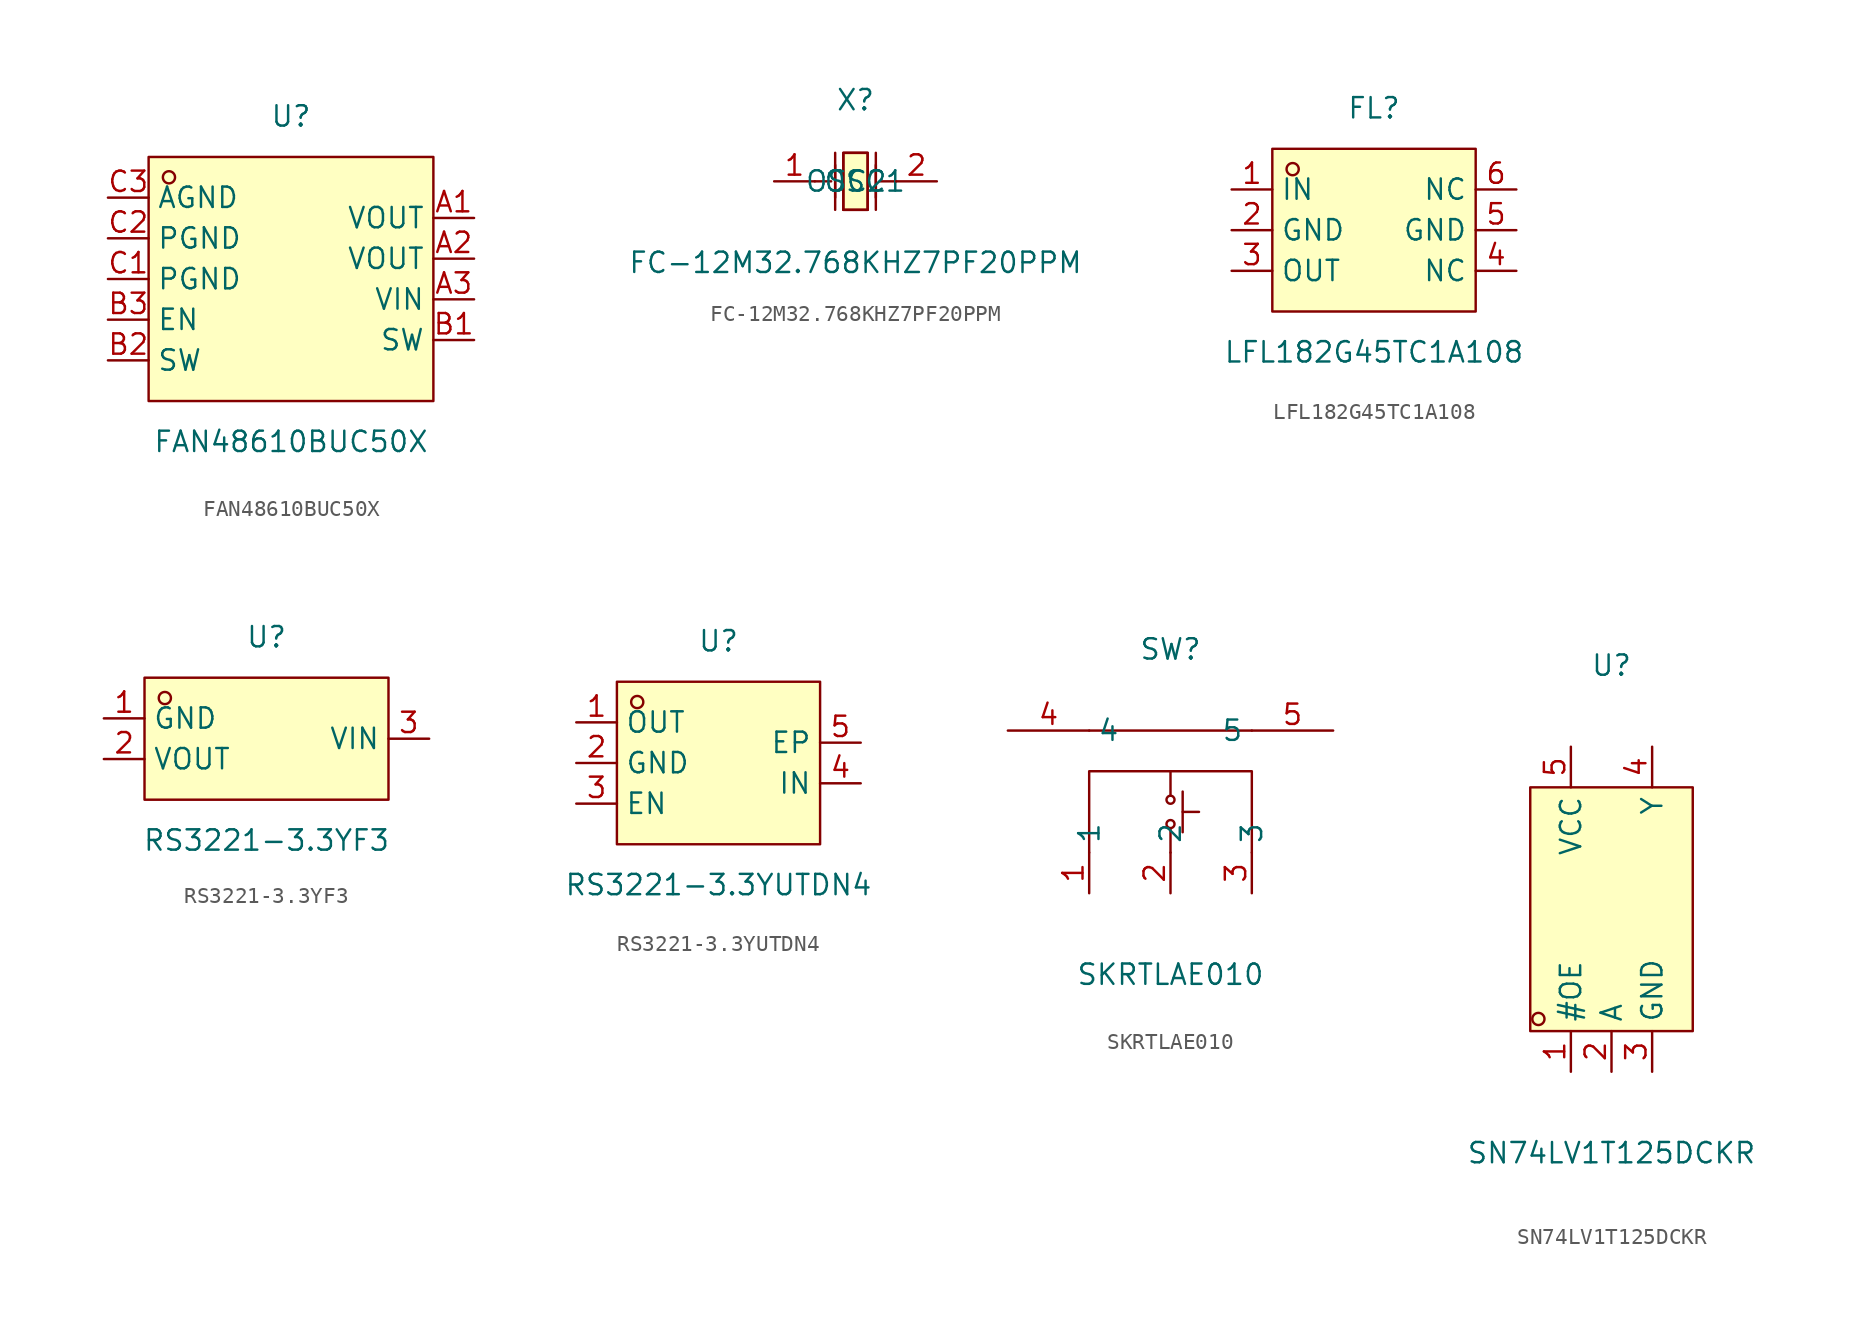
<source format=kicad_sym>
(kicad_symbol_lib
  (version 20211014)
  (generator https://github.com/uPesy/easyeda2kicad.py)
  (symbol "FAN48610BUC50X"
    (property "Reference" "U"
      (at 0 10.16 0)
      (effects (font (size 1.27 1.27))))
    (property "Value" "FAN48610BUC50X"
      (at 0 -10.16 0)
      (effects (font (size 1.27 1.27))))
    (symbol "FAN48610BUC50X_0_1"
      (rectangle (start -8.89 7.62) (end 8.89 -7.62) (stroke (width 0) (type default) (color 0 0 0 0)) (fill (type background)))
      (circle (center -7.62 6.35) (radius 0.38) (stroke (width 0) (type default) (color 0 0 0 0)) (fill (type none)))
      (pin unspecified line (at -11.43 5.08 0) (length 2.54) (name "AGND" (effects (font (size 1.27 1.27)))) (number "C3" (effects (font (size 1.27 1.27)))))
      (pin unspecified line (at -11.43 2.54 0) (length 2.54) (name "PGND" (effects (font (size 1.27 1.27)))) (number "C2" (effects (font (size 1.27 1.27)))))
      (pin unspecified line (at -11.43 -0.00 0) (length 2.54) (name "PGND" (effects (font (size 1.27 1.27)))) (number "C1" (effects (font (size 1.27 1.27)))))
      (pin unspecified line (at -11.43 -2.54 0) (length 2.54) (name "EN" (effects (font (size 1.27 1.27)))) (number "B3" (effects (font (size 1.27 1.27)))))
      (pin unspecified line (at -11.43 -5.08 0) (length 2.54) (name "SW" (effects (font (size 1.27 1.27)))) (number "B2" (effects (font (size 1.27 1.27)))))
      (pin unspecified line (at 11.43 -3.81 180) (length 2.54) (name "SW" (effects (font (size 1.27 1.27)))) (number "B1" (effects (font (size 1.27 1.27)))))
      (pin unspecified line (at 11.43 -1.27 180) (length 2.54) (name "VIN" (effects (font (size 1.27 1.27)))) (number "A3" (effects (font (size 1.27 1.27)))))
      (pin unspecified line (at 11.43 1.27 180) (length 2.54) (name "VOUT" (effects (font (size 1.27 1.27)))) (number "A2" (effects (font (size 1.27 1.27)))))
      (pin unspecified line (at 11.43 3.81 180) (length 2.54) (name "VOUT" (effects (font (size 1.27 1.27)))) (number "A1" (effects (font (size 1.27 1.27)))))))
  (symbol "FC-12M32.768KHZ7PF20PPM"
    (property "Reference" "X"
      (at 0 5.08 0)
      (effects (font (size 1.27 1.27))))
    (property "Value" "FC-12M32.768KHZ7PF20PPM"
      (at 0 -5.08 0)
      (effects (font (size 1.27 1.27))))
    (symbol "FC-12M32.768KHZ7PF20PPM_0_1"
      (polyline (pts (xy -1.27 -1.02) (xy -1.27 1.02)) (stroke (width 0) (type default) (color 0 0 0 0)) (fill (type none)))
      (polyline (pts (xy 0.76 -1.78) (xy -0.76 -1.78)) (stroke (width 0) (type default) (color 0 0 0 0)) (fill (type none)))
      (polyline (pts (xy 1.27 -1.02) (xy 1.27 1.02)) (stroke (width 0) (type default) (color 0 0 0 0)) (fill (type none)))
      (polyline (pts (xy -0.76 -1.78) (xy -0.76 1.78) (xy 0.76 1.78) (xy 0.76 -1.78)) (stroke (width 0) (type default) (color 0 0 0 0)) (fill (type none)))
      (polyline (pts (xy 2.54 -0.00) (xy 1.52 -0.00)) (stroke (width 0) (type default) (color 0 0 0 0)) (fill (type none)))
      (polyline (pts (xy -2.54 -0.00) (xy -1.52 -0.00)) (stroke (width 0) (type default) (color 0 0 0 0)) (fill (type none)))
      (polyline (pts (xy 1.27 -1.78) (xy 1.27 1.78)) (stroke (width 0) (type default) (color 0 0 0 0)) (fill (type none)))
      (polyline (pts (xy -1.27 -1.78) (xy -1.27 1.78)) (stroke (width 0) (type default) (color 0 0 0 0)) (fill (type none)))
      (polyline (pts (xy 0.76 1.78) (xy 0.76 -1.78) (xy -0.76 -1.78) (xy -0.76 1.78) (xy 0.76 1.78)) (stroke (width 0) (type default) (color 0 0 0 0)) (fill (type background)))
      (pin input line (at -5.08 -0.00 0) (length 2.54) (name "OSC1" (effects (font (size 1.27 1.27)))) (number "1" (effects (font (size 1.27 1.27)))))
      (pin input line (at 5.08 -0.00 180) (length 2.54) (name "OSC2" (effects (font (size 1.27 1.27)))) (number "2" (effects (font (size 1.27 1.27)))))))
  (symbol "LFL182G45TC1A108"
    (property "Reference" "FL"
      (at 0 7.62 0)
      (effects (font (size 1.27 1.27))))
    (property "Value" "LFL182G45TC1A108"
      (at 0 -7.62 0)
      (effects (font (size 1.27 1.27))))
    (symbol "LFL182G45TC1A108_0_1"
      (rectangle (start -6.35 5.08) (end 6.35 -5.08) (stroke (width 0) (type default) (color 0 0 0 0)) (fill (type background)))
      (circle (center -5.08 3.81) (radius 0.38) (stroke (width 0) (type default) (color 0 0 0 0)) (fill (type none)))
      (pin unspecified line (at -8.89 2.54 0) (length 2.54) (name "IN" (effects (font (size 1.27 1.27)))) (number "1" (effects (font (size 1.27 1.27)))))
      (pin unspecified line (at -8.89 -0.00 0) (length 2.54) (name "GND" (effects (font (size 1.27 1.27)))) (number "2" (effects (font (size 1.27 1.27)))))
      (pin unspecified line (at -8.89 -2.54 0) (length 2.54) (name "OUT" (effects (font (size 1.27 1.27)))) (number "3" (effects (font (size 1.27 1.27)))))
      (pin unspecified line (at 8.89 -2.54 180) (length 2.54) (name "NC" (effects (font (size 1.27 1.27)))) (number "4" (effects (font (size 1.27 1.27)))))
      (pin unspecified line (at 8.89 -0.00 180) (length 2.54) (name "GND" (effects (font (size 1.27 1.27)))) (number "5" (effects (font (size 1.27 1.27)))))
      (pin unspecified line (at 8.89 2.54 180) (length 2.54) (name "NC" (effects (font (size 1.27 1.27)))) (number "6" (effects (font (size 1.27 1.27)))))))
  (symbol "RS3221-3.3YF3"
    (property "Reference" "U"
      (at 0 6.35 0)
      (effects (font (size 1.27 1.27))))
    (property "Value" "RS3221-3.3YF3"
      (at 0 -6.35 0)
      (effects (font (size 1.27 1.27))))
    (symbol "RS3221-3.3YF3_0_1"
      (rectangle (start -7.62 3.81) (end 7.62 -3.81) (stroke (width 0) (type default) (color 0 0 0 0)) (fill (type background)))
      (circle (center -6.35 2.54) (radius 0.38) (stroke (width 0) (type default) (color 0 0 0 0)) (fill (type none)))
      (pin unspecified line (at -10.16 1.27 0) (length 2.54) (name "GND" (effects (font (size 1.27 1.27)))) (number "1" (effects (font (size 1.27 1.27)))))
      (pin unspecified line (at -10.16 -1.27 0) (length 2.54) (name "VOUT" (effects (font (size 1.27 1.27)))) (number "2" (effects (font (size 1.27 1.27)))))
      (pin unspecified line (at 10.16 -0.00 180) (length 2.54) (name "VIN" (effects (font (size 1.27 1.27)))) (number "3" (effects (font (size 1.27 1.27)))))))
  (symbol "RS3221-3.3YUTDN4"
    (property "Reference" "U"
      (at 0 7.62 0)
      (effects (font (size 1.27 1.27))))
    (property "Value" "RS3221-3.3YUTDN4"
      (at 0 -7.62 0)
      (effects (font (size 1.27 1.27))))
    (symbol "RS3221-3.3YUTDN4_0_1"
      (rectangle (start -6.35 5.08) (end 6.35 -5.08) (stroke (width 0) (type default) (color 0 0 0 0)) (fill (type background)))
      (circle (center -5.08 3.81) (radius 0.38) (stroke (width 0) (type default) (color 0 0 0 0)) (fill (type none)))
      (pin unspecified line (at -8.89 2.54 0) (length 2.54) (name "OUT" (effects (font (size 1.27 1.27)))) (number "1" (effects (font (size 1.27 1.27)))))
      (pin unspecified line (at -8.89 -0.00 0) (length 2.54) (name "GND" (effects (font (size 1.27 1.27)))) (number "2" (effects (font (size 1.27 1.27)))))
      (pin unspecified line (at -8.89 -2.54 0) (length 2.54) (name "EN" (effects (font (size 1.27 1.27)))) (number "3" (effects (font (size 1.27 1.27)))))
      (pin unspecified line (at 8.89 -1.27 180) (length 2.54) (name "IN" (effects (font (size 1.27 1.27)))) (number "4" (effects (font (size 1.27 1.27)))))
      (pin unspecified line (at 8.89 1.27 180) (length 2.54) (name "EP" (effects (font (size 1.27 1.27)))) (number "5" (effects (font (size 1.27 1.27)))))))
  (symbol "SKRTLAE010"
    (property "Reference" "SW"
      (at 0 11.43 0)
      (effects (font (size 1.27 1.27))))
    (property "Value" "SKRTLAE010"
      (at 0 -8.89 0)
      (effects (font (size 1.27 1.27))))
    (symbol "SKRTLAE010_0_1"
      (circle (center 0.00 2.03) (radius 0.25) (stroke (width 0) (type default) (color 0 0 0 0)) (fill (type none)))
      (circle (center 0.00 0.51) (radius 0.25) (stroke (width 0) (type default) (color 0 0 0 0)) (fill (type none)))
      (polyline (pts (xy -5.08 -1.27) (xy -5.08 3.81) (xy 5.08 3.81) (xy 5.08 -1.27)) (stroke (width 0) (type default) (color 0 0 0 0)) (fill (type none)))
      (polyline (pts (xy 0.00 2.29) (xy 0.00 3.81)) (stroke (width 0) (type default) (color 0 0 0 0)) (fill (type none)))
      (polyline (pts (xy 0.00 0.25) (xy 0.00 -1.27)) (stroke (width 0) (type default) (color 0 0 0 0)) (fill (type none)))
      (polyline (pts (xy 0.76 2.54) (xy 0.76 -0.00)) (stroke (width 0) (type default) (color 0 0 0 0)) (fill (type none)))
      (polyline (pts (xy 0.76 1.27) (xy 1.78 1.27)) (stroke (width 0) (type default) (color 0 0 0 0)) (fill (type none)))
      (polyline (pts (xy -5.08 6.35) (xy 5.08 6.35)) (stroke (width 0) (type default) (color 0 0 0 0)) (fill (type none)))
      (pin input line (at -5.08 -3.81 90) (length 2.54) (name "1" (effects (font (size 1.27 1.27)))) (number "1" (effects (font (size 1.27 1.27)))))
      (pin input line (at 0.00 -3.81 90) (length 2.54) (name "2" (effects (font (size 1.27 1.27)))) (number "2" (effects (font (size 1.27 1.27)))))
      (pin input line (at 5.08 -3.81 90) (length 2.54) (name "3" (effects (font (size 1.27 1.27)))) (number "3" (effects (font (size 1.27 1.27)))))
      (pin unspecified line (at -10.16 6.35 0) (length 5.08) (name "4" (effects (font (size 1.27 1.27)))) (number "4" (effects (font (size 1.27 1.27)))))
      (pin unspecified line (at 10.16 6.35 180) (length 5.08) (name "5" (effects (font (size 1.27 1.27)))) (number "5" (effects (font (size 1.27 1.27)))))))
  (symbol "SN74LV1T125DCKR"
    (property "Reference" "U"
      (at 0 15.24 0)
      (effects (font (size 1.27 1.27))))
    (property "Value" "SN74LV1T125DCKR"
      (at 0 -15.24 0)
      (effects (font (size 1.27 1.27))))
    (symbol "SN74LV1T125DCKR_0_1"
      (rectangle (start -5.08 7.62) (end 5.08 -7.62) (stroke (width 0) (type default) (color 0 0 0 0)) (fill (type background)))
      (circle (center -4.57 -6.86) (radius 0.38) (stroke (width 0) (type default) (color 0 0 0 0)) (fill (type none)))
      (pin unspecified line (at -2.54 -10.16 90) (length 2.54) (name "#OE" (effects (font (size 1.27 1.27)))) (number "1" (effects (font (size 1.27 1.27)))))
      (pin unspecified line (at 0.00 -10.16 90) (length 2.54) (name "A" (effects (font (size 1.27 1.27)))) (number "2" (effects (font (size 1.27 1.27)))))
      (pin unspecified line (at 2.54 -10.16 90) (length 2.54) (name "GND" (effects (font (size 1.27 1.27)))) (number "3" (effects (font (size 1.27 1.27)))))
      (pin unspecified line (at 2.54 10.16 270) (length 2.54) (name "Y" (effects (font (size 1.27 1.27)))) (number "4" (effects (font (size 1.27 1.27)))))
      (pin unspecified line (at -2.54 10.16 270) (length 2.54) (name "VCC" (effects (font (size 1.27 1.27)))) (number "5" (effects (font (size 1.27 1.27))))))))
</source>
